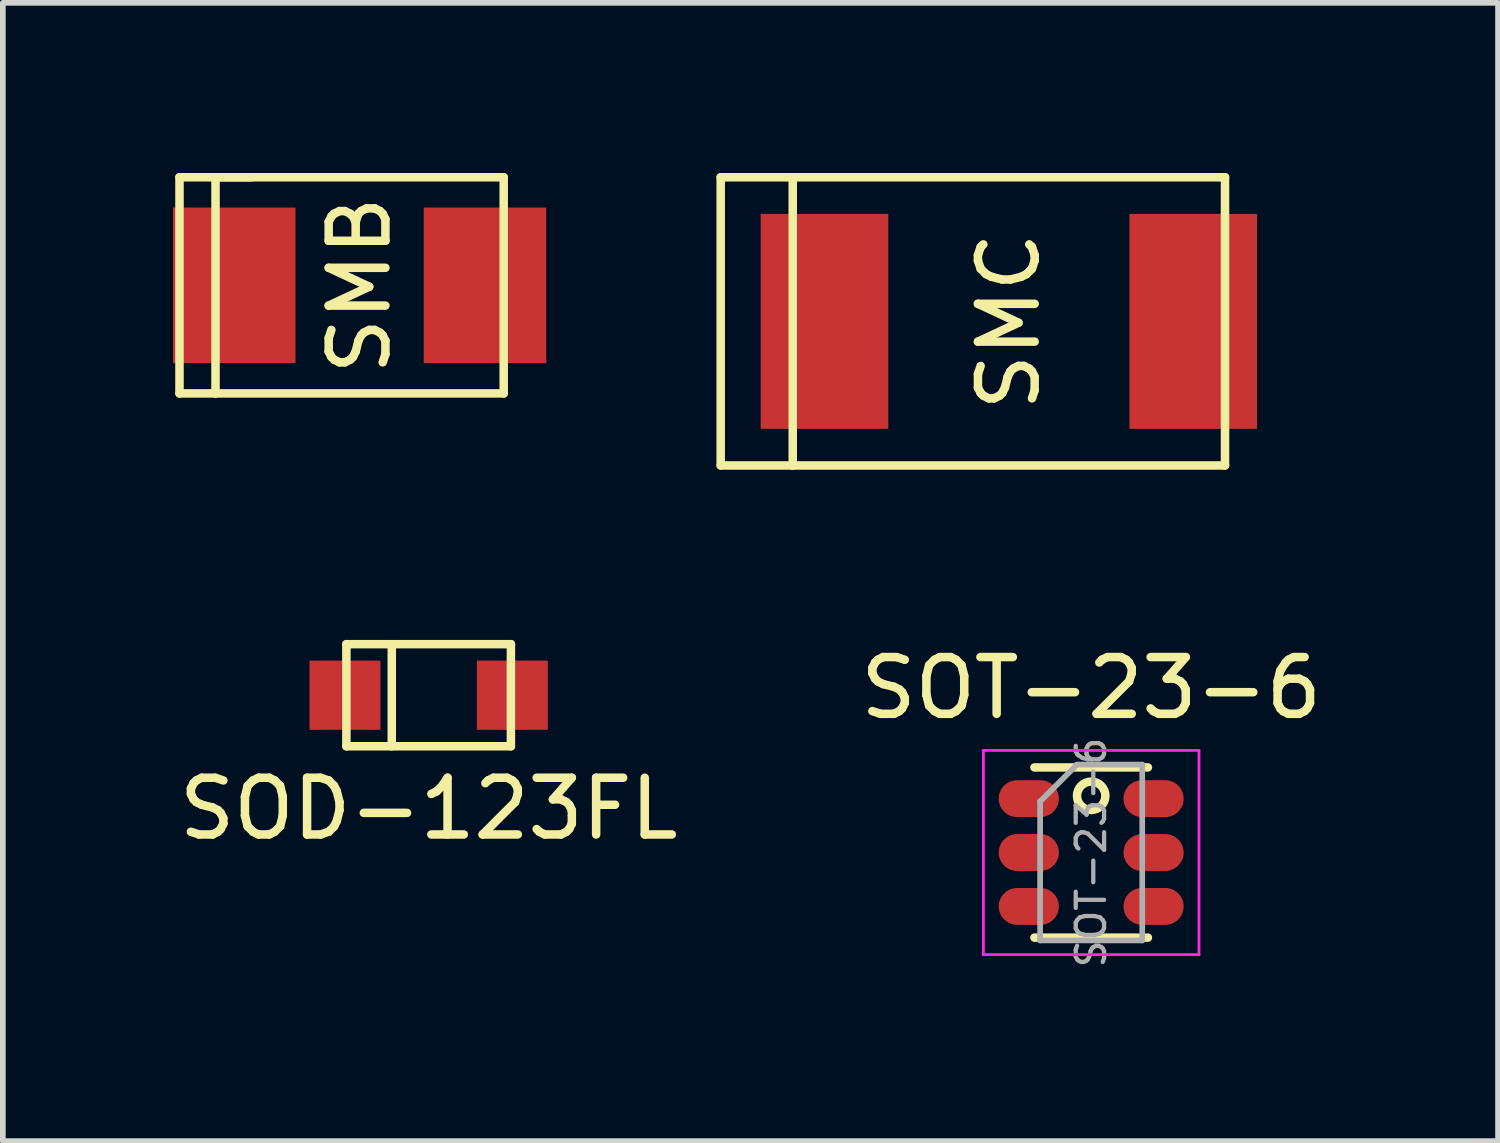
<source format=kicad_pcb>
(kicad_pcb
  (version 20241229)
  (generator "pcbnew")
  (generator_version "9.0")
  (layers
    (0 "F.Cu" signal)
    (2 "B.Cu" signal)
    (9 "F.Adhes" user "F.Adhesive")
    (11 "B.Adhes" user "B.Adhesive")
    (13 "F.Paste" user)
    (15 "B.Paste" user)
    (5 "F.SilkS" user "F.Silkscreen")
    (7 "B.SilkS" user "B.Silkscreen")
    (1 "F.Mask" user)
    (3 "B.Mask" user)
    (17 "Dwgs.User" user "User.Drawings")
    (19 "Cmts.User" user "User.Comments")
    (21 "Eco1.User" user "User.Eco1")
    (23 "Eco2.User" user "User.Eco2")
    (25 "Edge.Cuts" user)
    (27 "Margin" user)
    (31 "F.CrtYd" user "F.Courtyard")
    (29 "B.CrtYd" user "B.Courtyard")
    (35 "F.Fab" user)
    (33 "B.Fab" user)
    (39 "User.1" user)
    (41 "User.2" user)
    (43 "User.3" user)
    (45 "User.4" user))
  (footprint "SMC"
    (layer "F.Cu")
    (at 14.734 2.615)
    (property "Reference" "SMC" (at 0 0 90) (layer "F.SilkS") (effects (font (size 1 1) (thickness 0.15))))
    (attr through_hole)
    (fp_line (start -5.08 -2.54) (end -5.08 2.54) (stroke (width 0.15) (type solid)) (layer "F.SilkS"))
    (fp_line (start -5.08 2.54) (end -3.81 2.54) (stroke (width 0.15) (type solid)) (layer "F.SilkS"))
    (fp_line (start -3.81 -2.54) (end -5.08 -2.54) (stroke (width 0.15) (type solid)) (layer "F.SilkS"))
    (fp_line (start -3.81 -2.54) (end -3.81 2.54) (stroke (width 0.15) (type solid)) (layer "F.SilkS"))
    (fp_line (start -3.81 2.54) (end 3.81 2.54) (stroke (width 0.15) (type solid)) (layer "F.SilkS"))
    (fp_line (start 3.81 -2.54) (end -3.81 -2.54) (stroke (width 0.15) (type solid)) (layer "F.SilkS"))
    (fp_line (start 3.81 2.54) (end 3.81 -2.54) (stroke (width 0.15) (type solid)) (layer "F.SilkS"))
    (pad "1" smd rect (at -3.25 0) (size 2.25 3.79) (layers "F.Cu" "F.Mask" "F.Paste"))
    (pad "2" smd rect (at 3.25 0) (size 2.25 3.79) (layers "F.Cu" "F.Mask" "F.Paste")))
  (footprint "SOT-23-6"
    (layer "F.Cu")
    (at 16.185 11.978)
    (property "Reference" "SOT-23-6" (at 0 -2.9 0) (layer "F.SilkS") (effects (font (size 1 1) (thickness 0.15))))
    (attr smd)
    (fp_line (start -1 -1.5) (end 1 -1.5) (stroke (width 0.15) (type solid)) (layer "F.SilkS"))
    (fp_line (start 1 1.5) (end -1 1.5) (stroke (width 0.15) (type solid)) (layer "F.SilkS"))
    (fp_circle (center 0 -1) (end 0 -1.25) (stroke (width 0.15) (type solid)) (fill no) (layer "F.SilkS"))
    (fp_line (start -1.9 -1.8) (end -1.9 1.8) (stroke (width 0.05) (type solid)) (layer "F.CrtYd"))
    (fp_line (start -1.9 1.8) (end 1.9 1.8) (stroke (width 0.05) (type solid)) (layer "F.CrtYd"))
    (fp_line (start 1.9 -1.8) (end -1.9 -1.8) (stroke (width 0.05) (type solid)) (layer "F.CrtYd"))
    (fp_line (start 1.9 1.8) (end 1.9 -1.8) (stroke (width 0.05) (type solid)) (layer "F.CrtYd"))
    (fp_line (start -0.9 -0.9) (end -0.9 1.55) (stroke (width 0.1) (type solid)) (layer "F.Fab"))
    (fp_line (start -0.9 -0.9) (end -0.25 -1.55) (stroke (width 0.1) (type solid)) (layer "F.Fab"))
    (fp_line (start 0.9 -1.55) (end -0.25 -1.55) (stroke (width 0.1) (type solid)) (layer "F.Fab"))
    (fp_line (start 0.9 -1.55) (end 0.9 1.55) (stroke (width 0.1) (type solid)) (layer "F.Fab"))
    (fp_line (start 0.9 1.55) (end -0.9 1.55) (stroke (width 0.1) (type solid)) (layer "F.Fab"))
    (fp_text user "${REFERENCE}" (at 0 0 90) (layer "F.Fab") (effects (font (size 0.5 0.5) (thickness 0.075))))
    (pad "1" smd oval (at -1.1 -0.95) (size 1.06 0.65) (layers "F.Cu" "F.Mask" "F.Paste"))
    (pad "2" smd oval (at -1.1 0) (size 1.06 0.65) (layers "F.Cu" "F.Mask" "F.Paste"))
    (pad "3" smd oval (at -1.1 0.95) (size 1.06 0.65) (layers "F.Cu" "F.Mask" "F.Paste"))
    (pad "4" smd oval (at 1.1 0.95) (size 1.06 0.65) (layers "F.Cu" "F.Mask" "F.Paste"))
    (pad "5" smd oval (at 1.1 0) (size 1.06 0.65) (layers "F.Cu" "F.Mask" "F.Paste"))
    (pad "6" smd oval (at 1.1 -0.95) (size 1.06 0.65) (layers "F.Cu" "F.Mask" "F.Paste")))
  (footprint "SOD-123FL"
    (layer "F.Cu")
    (at 4.506 9.205)
    (property "Reference" "SOD-123FL" (at 0 2 0) (layer "F.SilkS") (effects (font (size 1 1) (thickness 0.15))))
    (attr through_hole)
    (fp_line (start -1.45 -0.9) (end -1.45 0.9) (stroke (width 0.15) (type solid)) (layer "F.SilkS"))
    (fp_line (start -1.45 0.9) (end 1.45 0.9) (stroke (width 0.15) (type solid)) (layer "F.SilkS"))
    (fp_line (start -0.65 -0.9) (end -0.65 0.9) (stroke (width 0.15) (type solid)) (layer "F.SilkS"))
    (fp_line (start 1.45 -0.9) (end -1.45 -0.9) (stroke (width 0.15) (type solid)) (layer "F.SilkS"))
    (fp_line (start 1.45 0.9) (end 1.45 -0.9) (stroke (width 0.15) (type solid)) (layer "F.SilkS"))
    (pad "1" smd rect (at -1.475 0) (size 1.25 1.22) (layers "F.Cu" "F.Mask" "F.Paste"))
    (pad "2" smd rect (at 1.475 0) (size 1.25 1.22) (layers "F.Cu" "F.Mask" "F.Paste")))
  (footprint "SMB"
    (layer "F.Cu")
    (at 3.289 1.98)
    (property "Reference" "SMB" (at 0 0 90) (layer "F.SilkS") (effects (font (size 1 1) (thickness 0.15))))
    (attr through_hole)
    (fp_line (start -3.175 -1.905) (end -3.175 1.905) (stroke (width 0.15) (type solid)) (layer "F.SilkS"))
    (fp_line (start -3.175 1.905) (end -2.54 1.905) (stroke (width 0.15) (type solid)) (layer "F.SilkS"))
    (fp_line (start -2.54 -1.905) (end -3.175 -1.905) (stroke (width 0.15) (type solid)) (layer "F.SilkS"))
    (fp_line (start -2.54 -1.905) (end -2.54 1.905) (stroke (width 0.15) (type solid)) (layer "F.SilkS"))
    (fp_line (start -2.54 -1.905) (end 2.54 -1.905) (stroke (width 0.15) (type solid)) (layer "F.SilkS"))
    (fp_line (start -1.905 -1.905) (end -2.54 -1.905) (stroke (width 0.15) (type solid)) (layer "F.SilkS"))
    (fp_line (start 2.54 -1.905) (end 2.54 1.905) (stroke (width 0.15) (type solid)) (layer "F.SilkS"))
    (fp_line (start 2.54 1.905) (end -2.54 1.905) (stroke (width 0.15) (type solid)) (layer "F.SilkS"))
    (pad "1" smd rect (at -2.21 0) (size 2.159 2.743) (layers "F.Cu" "F.Mask" "F.Paste"))
    (pad "2" smd rect (at 2.21 0) (size 2.159 2.743) (layers "F.Cu" "F.Mask" "F.Paste")))
  (gr_rect
    (start -3 -3)
    (end 23.357 17.065)
    (stroke (width 0.1) (type default))
    (fill no)
    (layer "Edge.Cuts")))
</source>
